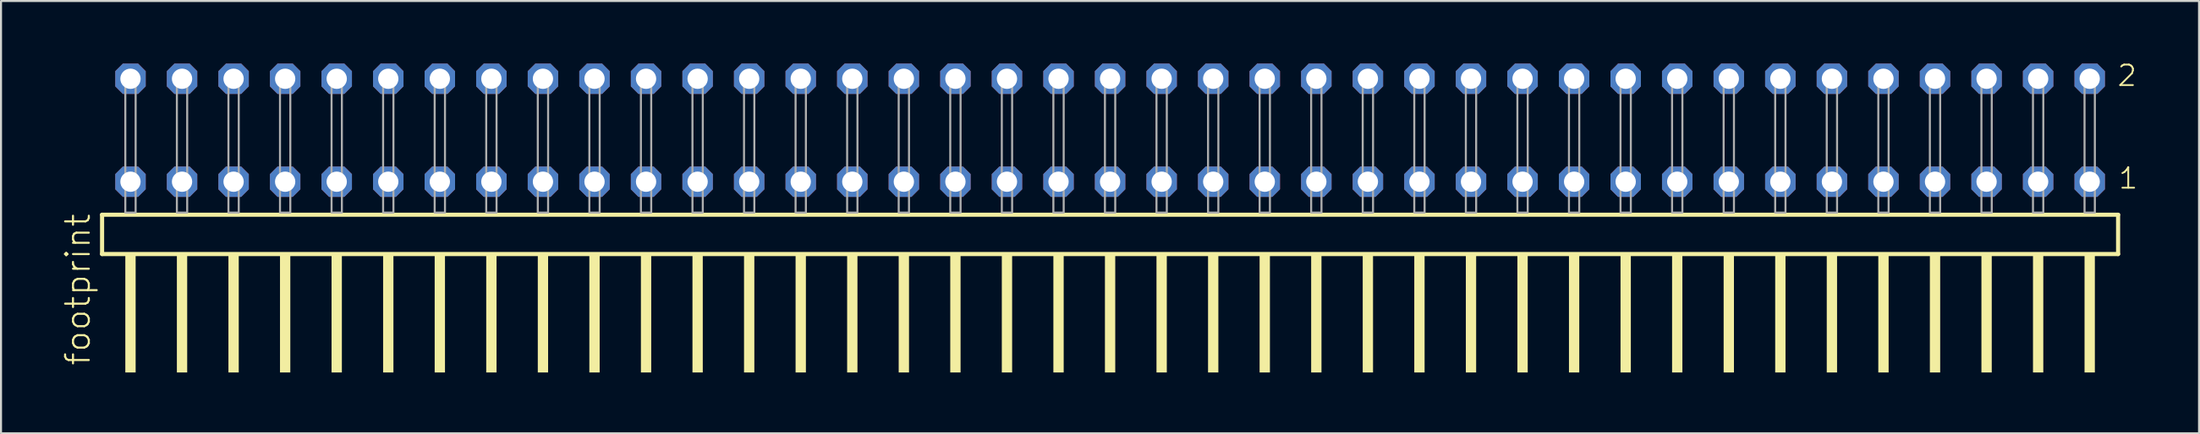
<source format=kicad_pcb>
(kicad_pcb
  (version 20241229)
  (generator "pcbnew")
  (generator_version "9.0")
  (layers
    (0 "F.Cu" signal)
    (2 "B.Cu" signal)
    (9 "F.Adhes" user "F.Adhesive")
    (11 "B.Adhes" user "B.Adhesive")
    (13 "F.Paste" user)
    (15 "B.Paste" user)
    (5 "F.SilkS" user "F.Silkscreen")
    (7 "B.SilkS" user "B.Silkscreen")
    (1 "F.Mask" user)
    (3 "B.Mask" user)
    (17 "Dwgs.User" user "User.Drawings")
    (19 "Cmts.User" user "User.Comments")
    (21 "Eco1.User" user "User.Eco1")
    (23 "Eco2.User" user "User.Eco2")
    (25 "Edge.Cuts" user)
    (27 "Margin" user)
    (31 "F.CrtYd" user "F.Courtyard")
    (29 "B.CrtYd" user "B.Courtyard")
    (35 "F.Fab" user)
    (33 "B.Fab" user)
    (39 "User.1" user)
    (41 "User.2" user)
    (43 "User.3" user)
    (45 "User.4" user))
  (footprint "footprint"
    (layer "F.Cu")
    (at 51.638 7.441)
    (property "Reference" "footprint" (at -50.165 7.62 90) (layer "F.SilkS") (effects (font (size 1.168 1.168) (thickness 0.102)) (justify left bottom)))
    (fp_line (start -49.659 0.106) (end -49.659 2.046) (stroke (width 0.203) (type solid)) (layer "F.SilkS"))
    (fp_line (start -49.659 2.046) (end 49.659 2.046) (stroke (width 0.203) (type solid)) (layer "F.SilkS"))
    (fp_line (start 49.659 0.106) (end -49.659 0.106) (stroke (width 0.203) (type solid)) (layer "F.SilkS"))
    (fp_line (start 49.659 2.046) (end 49.659 0.106) (stroke (width 0.203) (type solid)) (layer "F.SilkS"))
    (fp_poly (pts (xy -48.514 7.89) (xy -48.006 7.89) (xy -48.006 2.04) (xy -48.514 2.04)) (stroke (width 0) (type solid)) (fill yes) (layer "F.SilkS"))
    (fp_poly (pts (xy -45.974 7.89) (xy -45.466 7.89) (xy -45.466 2.04) (xy -45.974 2.04)) (stroke (width 0) (type solid)) (fill yes) (layer "F.SilkS"))
    (fp_poly (pts (xy -43.434 7.89) (xy -42.926 7.89) (xy -42.926 2.04) (xy -43.434 2.04)) (stroke (width 0) (type solid)) (fill yes) (layer "F.SilkS"))
    (fp_poly (pts (xy -40.894 7.89) (xy -40.386 7.89) (xy -40.386 2.04) (xy -40.894 2.04)) (stroke (width 0) (type solid)) (fill yes) (layer "F.SilkS"))
    (fp_poly (pts (xy -38.354 7.89) (xy -37.846 7.89) (xy -37.846 2.04) (xy -38.354 2.04)) (stroke (width 0) (type solid)) (fill yes) (layer "F.SilkS"))
    (fp_poly (pts (xy -35.814 7.89) (xy -35.306 7.89) (xy -35.306 2.04) (xy -35.814 2.04)) (stroke (width 0) (type solid)) (fill yes) (layer "F.SilkS"))
    (fp_poly (pts (xy -33.274 7.89) (xy -32.766 7.89) (xy -32.766 2.04) (xy -33.274 2.04)) (stroke (width 0) (type solid)) (fill yes) (layer "F.SilkS"))
    (fp_poly (pts (xy -30.734 7.89) (xy -30.226 7.89) (xy -30.226 2.04) (xy -30.734 2.04)) (stroke (width 0) (type solid)) (fill yes) (layer "F.SilkS"))
    (fp_poly (pts (xy -28.194 7.89) (xy -27.686 7.89) (xy -27.686 2.04) (xy -28.194 2.04)) (stroke (width 0) (type solid)) (fill yes) (layer "F.SilkS"))
    (fp_poly (pts (xy -25.654 7.89) (xy -25.146 7.89) (xy -25.146 2.04) (xy -25.654 2.04)) (stroke (width 0) (type solid)) (fill yes) (layer "F.SilkS"))
    (fp_poly (pts (xy -23.114 7.89) (xy -22.606 7.89) (xy -22.606 2.04) (xy -23.114 2.04)) (stroke (width 0) (type solid)) (fill yes) (layer "F.SilkS"))
    (fp_poly (pts (xy -20.574 7.89) (xy -20.066 7.89) (xy -20.066 2.04) (xy -20.574 2.04)) (stroke (width 0) (type solid)) (fill yes) (layer "F.SilkS"))
    (fp_poly (pts (xy -18.034 7.89) (xy -17.526 7.89) (xy -17.526 2.04) (xy -18.034 2.04)) (stroke (width 0) (type solid)) (fill yes) (layer "F.SilkS"))
    (fp_poly (pts (xy -15.494 7.89) (xy -14.986 7.89) (xy -14.986 2.04) (xy -15.494 2.04)) (stroke (width 0) (type solid)) (fill yes) (layer "F.SilkS"))
    (fp_poly (pts (xy -12.954 7.89) (xy -12.446 7.89) (xy -12.446 2.04) (xy -12.954 2.04)) (stroke (width 0) (type solid)) (fill yes) (layer "F.SilkS"))
    (fp_poly (pts (xy -10.414 7.89) (xy -9.906 7.89) (xy -9.906 2.04) (xy -10.414 2.04)) (stroke (width 0) (type solid)) (fill yes) (layer "F.SilkS"))
    (fp_poly (pts (xy -7.874 7.89) (xy -7.366 7.89) (xy -7.366 2.04) (xy -7.874 2.04)) (stroke (width 0) (type solid)) (fill yes) (layer "F.SilkS"))
    (fp_poly (pts (xy -5.334 7.89) (xy -4.826 7.89) (xy -4.826 2.04) (xy -5.334 2.04)) (stroke (width 0) (type solid)) (fill yes) (layer "F.SilkS"))
    (fp_poly (pts (xy -2.794 7.89) (xy -2.286 7.89) (xy -2.286 2.04) (xy -2.794 2.04)) (stroke (width 0) (type solid)) (fill yes) (layer "F.SilkS"))
    (fp_poly (pts (xy -0.254 7.89) (xy 0.254 7.89) (xy 0.254 2.04) (xy -0.254 2.04)) (stroke (width 0) (type solid)) (fill yes) (layer "F.SilkS"))
    (fp_poly (pts (xy 2.286 7.89) (xy 2.794 7.89) (xy 2.794 2.04) (xy 2.286 2.04)) (stroke (width 0) (type solid)) (fill yes) (layer "F.SilkS"))
    (fp_poly (pts (xy 4.826 7.89) (xy 5.334 7.89) (xy 5.334 2.04) (xy 4.826 2.04)) (stroke (width 0) (type solid)) (fill yes) (layer "F.SilkS"))
    (fp_poly (pts (xy 7.366 7.89) (xy 7.874 7.89) (xy 7.874 2.04) (xy 7.366 2.04)) (stroke (width 0) (type solid)) (fill yes) (layer "F.SilkS"))
    (fp_poly (pts (xy 9.906 7.89) (xy 10.414 7.89) (xy 10.414 2.04) (xy 9.906 2.04)) (stroke (width 0) (type solid)) (fill yes) (layer "F.SilkS"))
    (fp_poly (pts (xy 12.446 7.89) (xy 12.954 7.89) (xy 12.954 2.04) (xy 12.446 2.04)) (stroke (width 0) (type solid)) (fill yes) (layer "F.SilkS"))
    (fp_poly (pts (xy 14.986 7.89) (xy 15.494 7.89) (xy 15.494 2.04) (xy 14.986 2.04)) (stroke (width 0) (type solid)) (fill yes) (layer "F.SilkS"))
    (fp_poly (pts (xy 17.526 7.89) (xy 18.034 7.89) (xy 18.034 2.04) (xy 17.526 2.04)) (stroke (width 0) (type solid)) (fill yes) (layer "F.SilkS"))
    (fp_poly (pts (xy 20.066 7.89) (xy 20.574 7.89) (xy 20.574 2.04) (xy 20.066 2.04)) (stroke (width 0) (type solid)) (fill yes) (layer "F.SilkS"))
    (fp_poly (pts (xy 22.606 7.89) (xy 23.114 7.89) (xy 23.114 2.04) (xy 22.606 2.04)) (stroke (width 0) (type solid)) (fill yes) (layer "F.SilkS"))
    (fp_poly (pts (xy 25.146 7.89) (xy 25.654 7.89) (xy 25.654 2.04) (xy 25.146 2.04)) (stroke (width 0) (type solid)) (fill yes) (layer "F.SilkS"))
    (fp_poly (pts (xy 27.686 7.89) (xy 28.194 7.89) (xy 28.194 2.04) (xy 27.686 2.04)) (stroke (width 0) (type solid)) (fill yes) (layer "F.SilkS"))
    (fp_poly (pts (xy 30.226 7.89) (xy 30.734 7.89) (xy 30.734 2.04) (xy 30.226 2.04)) (stroke (width 0) (type solid)) (fill yes) (layer "F.SilkS"))
    (fp_poly (pts (xy 32.766 7.89) (xy 33.274 7.89) (xy 33.274 2.04) (xy 32.766 2.04)) (stroke (width 0) (type solid)) (fill yes) (layer "F.SilkS"))
    (fp_poly (pts (xy 35.306 7.89) (xy 35.814 7.89) (xy 35.814 2.04) (xy 35.306 2.04)) (stroke (width 0) (type solid)) (fill yes) (layer "F.SilkS"))
    (fp_poly (pts (xy 37.846 7.89) (xy 38.354 7.89) (xy 38.354 2.04) (xy 37.846 2.04)) (stroke (width 0) (type solid)) (fill yes) (layer "F.SilkS"))
    (fp_poly (pts (xy 40.386 7.89) (xy 40.894 7.89) (xy 40.894 2.04) (xy 40.386 2.04)) (stroke (width 0) (type solid)) (fill yes) (layer "F.SilkS"))
    (fp_poly (pts (xy 42.926 7.89) (xy 43.434 7.89) (xy 43.434 2.04) (xy 42.926 2.04)) (stroke (width 0) (type solid)) (fill yes) (layer "F.SilkS"))
    (fp_poly (pts (xy 45.466 7.89) (xy 45.974 7.89) (xy 45.974 2.04) (xy 45.466 2.04)) (stroke (width 0) (type solid)) (fill yes) (layer "F.SilkS"))
    (fp_poly (pts (xy 48.006 7.89) (xy 48.514 7.89) (xy 48.514 2.04) (xy 48.006 2.04)) (stroke (width 0) (type solid)) (fill yes) (layer "F.SilkS"))
    (fp_poly (pts (xy -48.514 0) (xy -48.006 0) (xy -48.006 -6.858) (xy -48.514 -6.858)) (stroke (width 0.1) (type solid)) (fill no) (layer "F.Fab"))
    (fp_poly (pts (xy -45.974 0) (xy -45.466 0) (xy -45.466 -6.858) (xy -45.974 -6.858)) (stroke (width 0.1) (type solid)) (fill no) (layer "F.Fab"))
    (fp_poly (pts (xy -43.434 0) (xy -42.926 0) (xy -42.926 -6.858) (xy -43.434 -6.858)) (stroke (width 0.1) (type solid)) (fill no) (layer "F.Fab"))
    (fp_poly (pts (xy -40.894 0) (xy -40.386 0) (xy -40.386 -6.858) (xy -40.894 -6.858)) (stroke (width 0.1) (type solid)) (fill no) (layer "F.Fab"))
    (fp_poly (pts (xy -38.354 0) (xy -37.846 0) (xy -37.846 -6.858) (xy -38.354 -6.858)) (stroke (width 0.1) (type solid)) (fill no) (layer "F.Fab"))
    (fp_poly (pts (xy -35.814 0) (xy -35.306 0) (xy -35.306 -6.858) (xy -35.814 -6.858)) (stroke (width 0.1) (type solid)) (fill no) (layer "F.Fab"))
    (fp_poly (pts (xy -33.274 0) (xy -32.766 0) (xy -32.766 -6.858) (xy -33.274 -6.858)) (stroke (width 0.1) (type solid)) (fill no) (layer "F.Fab"))
    (fp_poly (pts (xy -30.734 0) (xy -30.226 0) (xy -30.226 -6.858) (xy -30.734 -6.858)) (stroke (width 0.1) (type solid)) (fill no) (layer "F.Fab"))
    (fp_poly (pts (xy -28.194 0) (xy -27.686 0) (xy -27.686 -6.858) (xy -28.194 -6.858)) (stroke (width 0.1) (type solid)) (fill no) (layer "F.Fab"))
    (fp_poly (pts (xy -25.654 0) (xy -25.146 0) (xy -25.146 -6.858) (xy -25.654 -6.858)) (stroke (width 0.1) (type solid)) (fill no) (layer "F.Fab"))
    (fp_poly (pts (xy -23.114 0) (xy -22.606 0) (xy -22.606 -6.858) (xy -23.114 -6.858)) (stroke (width 0.1) (type solid)) (fill no) (layer "F.Fab"))
    (fp_poly (pts (xy -20.574 0) (xy -20.066 0) (xy -20.066 -6.858) (xy -20.574 -6.858)) (stroke (width 0.1) (type solid)) (fill no) (layer "F.Fab"))
    (fp_poly (pts (xy -18.034 0) (xy -17.526 0) (xy -17.526 -6.858) (xy -18.034 -6.858)) (stroke (width 0.1) (type solid)) (fill no) (layer "F.Fab"))
    (fp_poly (pts (xy -15.494 0) (xy -14.986 0) (xy -14.986 -6.858) (xy -15.494 -6.858)) (stroke (width 0.1) (type solid)) (fill no) (layer "F.Fab"))
    (fp_poly (pts (xy -12.954 0) (xy -12.446 0) (xy -12.446 -6.858) (xy -12.954 -6.858)) (stroke (width 0.1) (type solid)) (fill no) (layer "F.Fab"))
    (fp_poly (pts (xy -10.414 0) (xy -9.906 0) (xy -9.906 -6.858) (xy -10.414 -6.858)) (stroke (width 0.1) (type solid)) (fill no) (layer "F.Fab"))
    (fp_poly (pts (xy -7.874 0) (xy -7.366 0) (xy -7.366 -6.858) (xy -7.874 -6.858)) (stroke (width 0.1) (type solid)) (fill no) (layer "F.Fab"))
    (fp_poly (pts (xy -5.334 0) (xy -4.826 0) (xy -4.826 -6.858) (xy -5.334 -6.858)) (stroke (width 0.1) (type solid)) (fill no) (layer "F.Fab"))
    (fp_poly (pts (xy -2.794 0) (xy -2.286 0) (xy -2.286 -6.858) (xy -2.794 -6.858)) (stroke (width 0.1) (type solid)) (fill no) (layer "F.Fab"))
    (fp_poly (pts (xy -0.254 0) (xy 0.254 0) (xy 0.254 -6.858) (xy -0.254 -6.858)) (stroke (width 0.1) (type solid)) (fill no) (layer "F.Fab"))
    (fp_poly (pts (xy 2.286 0) (xy 2.794 0) (xy 2.794 -6.858) (xy 2.286 -6.858)) (stroke (width 0.1) (type solid)) (fill no) (layer "F.Fab"))
    (fp_poly (pts (xy 4.826 0) (xy 5.334 0) (xy 5.334 -6.858) (xy 4.826 -6.858)) (stroke (width 0.1) (type solid)) (fill no) (layer "F.Fab"))
    (fp_poly (pts (xy 7.366 0) (xy 7.874 0) (xy 7.874 -6.858) (xy 7.366 -6.858)) (stroke (width 0.1) (type solid)) (fill no) (layer "F.Fab"))
    (fp_poly (pts (xy 9.906 0) (xy 10.414 0) (xy 10.414 -6.858) (xy 9.906 -6.858)) (stroke (width 0.1) (type solid)) (fill no) (layer "F.Fab"))
    (fp_poly (pts (xy 12.446 0) (xy 12.954 0) (xy 12.954 -6.858) (xy 12.446 -6.858)) (stroke (width 0.1) (type solid)) (fill no) (layer "F.Fab"))
    (fp_poly (pts (xy 14.986 0) (xy 15.494 0) (xy 15.494 -6.858) (xy 14.986 -6.858)) (stroke (width 0.1) (type solid)) (fill no) (layer "F.Fab"))
    (fp_poly (pts (xy 17.526 0) (xy 18.034 0) (xy 18.034 -6.858) (xy 17.526 -6.858)) (stroke (width 0.1) (type solid)) (fill no) (layer "F.Fab"))
    (fp_poly (pts (xy 20.066 0) (xy 20.574 0) (xy 20.574 -6.858) (xy 20.066 -6.858)) (stroke (width 0.1) (type solid)) (fill no) (layer "F.Fab"))
    (fp_poly (pts (xy 22.606 0) (xy 23.114 0) (xy 23.114 -6.858) (xy 22.606 -6.858)) (stroke (width 0.1) (type solid)) (fill no) (layer "F.Fab"))
    (fp_poly (pts (xy 25.146 0) (xy 25.654 0) (xy 25.654 -6.858) (xy 25.146 -6.858)) (stroke (width 0.1) (type solid)) (fill no) (layer "F.Fab"))
    (fp_poly (pts (xy 27.686 0) (xy 28.194 0) (xy 28.194 -6.858) (xy 27.686 -6.858)) (stroke (width 0.1) (type solid)) (fill no) (layer "F.Fab"))
    (fp_poly (pts (xy 30.226 0) (xy 30.734 0) (xy 30.734 -6.858) (xy 30.226 -6.858)) (stroke (width 0.1) (type solid)) (fill no) (layer "F.Fab"))
    (fp_poly (pts (xy 32.766 0) (xy 33.274 0) (xy 33.274 -6.858) (xy 32.766 -6.858)) (stroke (width 0.1) (type solid)) (fill no) (layer "F.Fab"))
    (fp_poly (pts (xy 35.306 0) (xy 35.814 0) (xy 35.814 -6.858) (xy 35.306 -6.858)) (stroke (width 0.1) (type solid)) (fill no) (layer "F.Fab"))
    (fp_poly (pts (xy 37.846 0) (xy 38.354 0) (xy 38.354 -6.858) (xy 37.846 -6.858)) (stroke (width 0.1) (type solid)) (fill no) (layer "F.Fab"))
    (fp_poly (pts (xy 40.386 0) (xy 40.894 0) (xy 40.894 -6.858) (xy 40.386 -6.858)) (stroke (width 0.1) (type solid)) (fill no) (layer "F.Fab"))
    (fp_poly (pts (xy 42.926 0) (xy 43.434 0) (xy 43.434 -6.858) (xy 42.926 -6.858)) (stroke (width 0.1) (type solid)) (fill no) (layer "F.Fab"))
    (fp_poly (pts (xy 45.466 0) (xy 45.974 0) (xy 45.974 -6.858) (xy 45.466 -6.858)) (stroke (width 0.1) (type solid)) (fill no) (layer "F.Fab"))
    (fp_poly (pts (xy 48.006 0) (xy 48.514 0) (xy 48.514 -6.858) (xy 48.006 -6.858)) (stroke (width 0.1) (type solid)) (fill no) (layer "F.Fab"))
    (fp_text user "2" (at 49.56 -6.165 0) (layer "F.SilkS") (effects (font (size 1.012 1.012) (thickness 0.088)) (justify left bottom)))
    (fp_text user "1" (at 49.62 -1.1 0) (layer "F.SilkS") (effects (font (size 1.012 1.012) (thickness 0.088)) (justify left bottom)))
    (pad "1" thru_hole roundrect (at 48.26 -1.524 180) (size 1.5 1.5) (drill 1) (layers "*.Cu" "*.Mask") (roundrect_rratio 0.25) (chamfer_ratio 0.25) (chamfer top_left top_right bottom_left bottom_right))
    (pad "2" thru_hole roundrect (at 48.26 -6.604 180) (size 1.5 1.5) (drill 1) (layers "*.Cu" "*.Mask") (roundrect_rratio 0.25) (chamfer_ratio 0.25) (chamfer top_left top_right bottom_left bottom_right))
    (pad "3" thru_hole roundrect (at 45.72 -1.524 180) (size 1.5 1.5) (drill 1) (layers "*.Cu" "*.Mask") (roundrect_rratio 0.25) (chamfer_ratio 0.25) (chamfer top_left top_right bottom_left bottom_right))
    (pad "4" thru_hole roundrect (at 45.72 -6.604 180) (size 1.5 1.5) (drill 1) (layers "*.Cu" "*.Mask") (roundrect_rratio 0.25) (chamfer_ratio 0.25) (chamfer top_left top_right bottom_left bottom_right))
    (pad "5" thru_hole roundrect (at 43.18 -1.524 180) (size 1.5 1.5) (drill 1) (layers "*.Cu" "*.Mask") (roundrect_rratio 0.25) (chamfer_ratio 0.25) (chamfer top_left top_right bottom_left bottom_right))
    (pad "6" thru_hole roundrect (at 43.18 -6.604 180) (size 1.5 1.5) (drill 1) (layers "*.Cu" "*.Mask") (roundrect_rratio 0.25) (chamfer_ratio 0.25) (chamfer top_left top_right bottom_left bottom_right))
    (pad "7" thru_hole roundrect (at 40.64 -1.524 180) (size 1.5 1.5) (drill 1) (layers "*.Cu" "*.Mask") (roundrect_rratio 0.25) (chamfer_ratio 0.25) (chamfer top_left top_right bottom_left bottom_right))
    (pad "8" thru_hole roundrect (at 40.64 -6.604 180) (size 1.5 1.5) (drill 1) (layers "*.Cu" "*.Mask") (roundrect_rratio 0.25) (chamfer_ratio 0.25) (chamfer top_left top_right bottom_left bottom_right))
    (pad "9" thru_hole roundrect (at 38.1 -1.524 180) (size 1.5 1.5) (drill 1) (layers "*.Cu" "*.Mask") (roundrect_rratio 0.25) (chamfer_ratio 0.25) (chamfer top_left top_right bottom_left bottom_right))
    (pad "10" thru_hole roundrect (at 38.1 -6.604 180) (size 1.5 1.5) (drill 1) (layers "*.Cu" "*.Mask") (roundrect_rratio 0.25) (chamfer_ratio 0.25) (chamfer top_left top_right bottom_left bottom_right))
    (pad "11" thru_hole roundrect (at 35.56 -1.524 180) (size 1.5 1.5) (drill 1) (layers "*.Cu" "*.Mask") (roundrect_rratio 0.25) (chamfer_ratio 0.25) (chamfer top_left top_right bottom_left bottom_right))
    (pad "12" thru_hole roundrect (at 35.56 -6.604 180) (size 1.5 1.5) (drill 1) (layers "*.Cu" "*.Mask") (roundrect_rratio 0.25) (chamfer_ratio 0.25) (chamfer top_left top_right bottom_left bottom_right))
    (pad "13" thru_hole roundrect (at 33.02 -1.524 180) (size 1.5 1.5) (drill 1) (layers "*.Cu" "*.Mask") (roundrect_rratio 0.25) (chamfer_ratio 0.25) (chamfer top_left top_right bottom_left bottom_right))
    (pad "14" thru_hole roundrect (at 33.02 -6.604 180) (size 1.5 1.5) (drill 1) (layers "*.Cu" "*.Mask") (roundrect_rratio 0.25) (chamfer_ratio 0.25) (chamfer top_left top_right bottom_left bottom_right))
    (pad "15" thru_hole roundrect (at 30.48 -1.524 180) (size 1.5 1.5) (drill 1) (layers "*.Cu" "*.Mask") (roundrect_rratio 0.25) (chamfer_ratio 0.25) (chamfer top_left top_right bottom_left bottom_right))
    (pad "16" thru_hole roundrect (at 30.48 -6.604 180) (size 1.5 1.5) (drill 1) (layers "*.Cu" "*.Mask") (roundrect_rratio 0.25) (chamfer_ratio 0.25) (chamfer top_left top_right bottom_left bottom_right))
    (pad "17" thru_hole roundrect (at 27.94 -1.524 180) (size 1.5 1.5) (drill 1) (layers "*.Cu" "*.Mask") (roundrect_rratio 0.25) (chamfer_ratio 0.25) (chamfer top_left top_right bottom_left bottom_right))
    (pad "18" thru_hole roundrect (at 27.94 -6.604 180) (size 1.5 1.5) (drill 1) (layers "*.Cu" "*.Mask") (roundrect_rratio 0.25) (chamfer_ratio 0.25) (chamfer top_left top_right bottom_left bottom_right))
    (pad "19" thru_hole roundrect (at 25.4 -1.524 180) (size 1.5 1.5) (drill 1) (layers "*.Cu" "*.Mask") (roundrect_rratio 0.25) (chamfer_ratio 0.25) (chamfer top_left top_right bottom_left bottom_right))
    (pad "20" thru_hole roundrect (at 25.4 -6.604 180) (size 1.5 1.5) (drill 1) (layers "*.Cu" "*.Mask") (roundrect_rratio 0.25) (chamfer_ratio 0.25) (chamfer top_left top_right bottom_left bottom_right))
    (pad "21" thru_hole roundrect (at 22.86 -1.524 180) (size 1.5 1.5) (drill 1) (layers "*.Cu" "*.Mask") (roundrect_rratio 0.25) (chamfer_ratio 0.25) (chamfer top_left top_right bottom_left bottom_right))
    (pad "22" thru_hole roundrect (at 22.86 -6.604 180) (size 1.5 1.5) (drill 1) (layers "*.Cu" "*.Mask") (roundrect_rratio 0.25) (chamfer_ratio 0.25) (chamfer top_left top_right bottom_left bottom_right))
    (pad "23" thru_hole roundrect (at 20.32 -1.524 180) (size 1.5 1.5) (drill 1) (layers "*.Cu" "*.Mask") (roundrect_rratio 0.25) (chamfer_ratio 0.25) (chamfer top_left top_right bottom_left bottom_right))
    (pad "24" thru_hole roundrect (at 20.32 -6.604 180) (size 1.5 1.5) (drill 1) (layers "*.Cu" "*.Mask") (roundrect_rratio 0.25) (chamfer_ratio 0.25) (chamfer top_left top_right bottom_left bottom_right))
    (pad "25" thru_hole roundrect (at 17.78 -1.524 180) (size 1.5 1.5) (drill 1) (layers "*.Cu" "*.Mask") (roundrect_rratio 0.25) (chamfer_ratio 0.25) (chamfer top_left top_right bottom_left bottom_right))
    (pad "26" thru_hole roundrect (at 17.78 -6.604 180) (size 1.5 1.5) (drill 1) (layers "*.Cu" "*.Mask") (roundrect_rratio 0.25) (chamfer_ratio 0.25) (chamfer top_left top_right bottom_left bottom_right))
    (pad "27" thru_hole roundrect (at 15.24 -1.524 180) (size 1.5 1.5) (drill 1) (layers "*.Cu" "*.Mask") (roundrect_rratio 0.25) (chamfer_ratio 0.25) (chamfer top_left top_right bottom_left bottom_right))
    (pad "28" thru_hole roundrect (at 15.24 -6.604 180) (size 1.5 1.5) (drill 1) (layers "*.Cu" "*.Mask") (roundrect_rratio 0.25) (chamfer_ratio 0.25) (chamfer top_left top_right bottom_left bottom_right))
    (pad "29" thru_hole roundrect (at 12.7 -1.524 180) (size 1.5 1.5) (drill 1) (layers "*.Cu" "*.Mask") (roundrect_rratio 0.25) (chamfer_ratio 0.25) (chamfer top_left top_right bottom_left bottom_right))
    (pad "30" thru_hole roundrect (at 12.7 -6.604 180) (size 1.5 1.5) (drill 1) (layers "*.Cu" "*.Mask") (roundrect_rratio 0.25) (chamfer_ratio 0.25) (chamfer top_left top_right bottom_left bottom_right))
    (pad "31" thru_hole roundrect (at 10.16 -1.524 180) (size 1.5 1.5) (drill 1) (layers "*.Cu" "*.Mask") (roundrect_rratio 0.25) (chamfer_ratio 0.25) (chamfer top_left top_right bottom_left bottom_right))
    (pad "32" thru_hole roundrect (at 10.16 -6.604 180) (size 1.5 1.5) (drill 1) (layers "*.Cu" "*.Mask") (roundrect_rratio 0.25) (chamfer_ratio 0.25) (chamfer top_left top_right bottom_left bottom_right))
    (pad "33" thru_hole roundrect (at 7.62 -1.524 180) (size 1.5 1.5) (drill 1) (layers "*.Cu" "*.Mask") (roundrect_rratio 0.25) (chamfer_ratio 0.25) (chamfer top_left top_right bottom_left bottom_right))
    (pad "34" thru_hole roundrect (at 7.62 -6.604 180) (size 1.5 1.5) (drill 1) (layers "*.Cu" "*.Mask") (roundrect_rratio 0.25) (chamfer_ratio 0.25) (chamfer top_left top_right bottom_left bottom_right))
    (pad "35" thru_hole roundrect (at 5.08 -1.524 180) (size 1.5 1.5) (drill 1) (layers "*.Cu" "*.Mask") (roundrect_rratio 0.25) (chamfer_ratio 0.25) (chamfer top_left top_right bottom_left bottom_right))
    (pad "36" thru_hole roundrect (at 5.08 -6.604 180) (size 1.5 1.5) (drill 1) (layers "*.Cu" "*.Mask") (roundrect_rratio 0.25) (chamfer_ratio 0.25) (chamfer top_left top_right bottom_left bottom_right))
    (pad "37" thru_hole roundrect (at 2.54 -1.524 180) (size 1.5 1.5) (drill 1) (layers "*.Cu" "*.Mask") (roundrect_rratio 0.25) (chamfer_ratio 0.25) (chamfer top_left top_right bottom_left bottom_right))
    (pad "38" thru_hole roundrect (at 2.54 -6.604 180) (size 1.5 1.5) (drill 1) (layers "*.Cu" "*.Mask") (roundrect_rratio 0.25) (chamfer_ratio 0.25) (chamfer top_left top_right bottom_left bottom_right))
    (pad "39" thru_hole roundrect (at 0 -1.524 180) (size 1.5 1.5) (drill 1) (layers "*.Cu" "*.Mask") (roundrect_rratio 0.25) (chamfer_ratio 0.25) (chamfer top_left top_right bottom_left bottom_right))
    (pad "40" thru_hole roundrect (at 0 -6.604 180) (size 1.5 1.5) (drill 1) (layers "*.Cu" "*.Mask") (roundrect_rratio 0.25) (chamfer_ratio 0.25) (chamfer top_left top_right bottom_left bottom_right))
    (pad "41" thru_hole roundrect (at -2.54 -1.524 180) (size 1.5 1.5) (drill 1) (layers "*.Cu" "*.Mask") (roundrect_rratio 0.25) (chamfer_ratio 0.25) (chamfer top_left top_right bottom_left bottom_right))
    (pad "42" thru_hole roundrect (at -2.54 -6.604 180) (size 1.5 1.5) (drill 1) (layers "*.Cu" "*.Mask") (roundrect_rratio 0.25) (chamfer_ratio 0.25) (chamfer top_left top_right bottom_left bottom_right))
    (pad "43" thru_hole roundrect (at -5.08 -1.524 180) (size 1.5 1.5) (drill 1) (layers "*.Cu" "*.Mask") (roundrect_rratio 0.25) (chamfer_ratio 0.25) (chamfer top_left top_right bottom_left bottom_right))
    (pad "44" thru_hole roundrect (at -5.08 -6.604 180) (size 1.5 1.5) (drill 1) (layers "*.Cu" "*.Mask") (roundrect_rratio 0.25) (chamfer_ratio 0.25) (chamfer top_left top_right bottom_left bottom_right))
    (pad "45" thru_hole roundrect (at -7.62 -1.524 180) (size 1.5 1.5) (drill 1) (layers "*.Cu" "*.Mask") (roundrect_rratio 0.25) (chamfer_ratio 0.25) (chamfer top_left top_right bottom_left bottom_right))
    (pad "46" thru_hole roundrect (at -7.62 -6.604 180) (size 1.5 1.5) (drill 1) (layers "*.Cu" "*.Mask") (roundrect_rratio 0.25) (chamfer_ratio 0.25) (chamfer top_left top_right bottom_left bottom_right))
    (pad "47" thru_hole roundrect (at -10.16 -1.524 180) (size 1.5 1.5) (drill 1) (layers "*.Cu" "*.Mask") (roundrect_rratio 0.25) (chamfer_ratio 0.25) (chamfer top_left top_right bottom_left bottom_right))
    (pad "48" thru_hole roundrect (at -10.16 -6.604 180) (size 1.5 1.5) (drill 1) (layers "*.Cu" "*.Mask") (roundrect_rratio 0.25) (chamfer_ratio 0.25) (chamfer top_left top_right bottom_left bottom_right))
    (pad "49" thru_hole roundrect (at -12.7 -1.524 180) (size 1.5 1.5) (drill 1) (layers "*.Cu" "*.Mask") (roundrect_rratio 0.25) (chamfer_ratio 0.25) (chamfer top_left top_right bottom_left bottom_right))
    (pad "50" thru_hole roundrect (at -12.7 -6.604 180) (size 1.5 1.5) (drill 1) (layers "*.Cu" "*.Mask") (roundrect_rratio 0.25) (chamfer_ratio 0.25) (chamfer top_left top_right bottom_left bottom_right))
    (pad "51" thru_hole roundrect (at -15.24 -1.524 180) (size 1.5 1.5) (drill 1) (layers "*.Cu" "*.Mask") (roundrect_rratio 0.25) (chamfer_ratio 0.25) (chamfer top_left top_right bottom_left bottom_right))
    (pad "52" thru_hole roundrect (at -15.24 -6.604 180) (size 1.5 1.5) (drill 1) (layers "*.Cu" "*.Mask") (roundrect_rratio 0.25) (chamfer_ratio 0.25) (chamfer top_left top_right bottom_left bottom_right))
    (pad "53" thru_hole roundrect (at -17.78 -1.524 180) (size 1.5 1.5) (drill 1) (layers "*.Cu" "*.Mask") (roundrect_rratio 0.25) (chamfer_ratio 0.25) (chamfer top_left top_right bottom_left bottom_right))
    (pad "54" thru_hole roundrect (at -17.78 -6.604 180) (size 1.5 1.5) (drill 1) (layers "*.Cu" "*.Mask") (roundrect_rratio 0.25) (chamfer_ratio 0.25) (chamfer top_left top_right bottom_left bottom_right))
    (pad "55" thru_hole roundrect (at -20.32 -1.524 180) (size 1.5 1.5) (drill 1) (layers "*.Cu" "*.Mask") (roundrect_rratio 0.25) (chamfer_ratio 0.25) (chamfer top_left top_right bottom_left bottom_right))
    (pad "56" thru_hole roundrect (at -20.32 -6.604 180) (size 1.5 1.5) (drill 1) (layers "*.Cu" "*.Mask") (roundrect_rratio 0.25) (chamfer_ratio 0.25) (chamfer top_left top_right bottom_left bottom_right))
    (pad "57" thru_hole roundrect (at -22.86 -1.524 180) (size 1.5 1.5) (drill 1) (layers "*.Cu" "*.Mask") (roundrect_rratio 0.25) (chamfer_ratio 0.25) (chamfer top_left top_right bottom_left bottom_right))
    (pad "58" thru_hole roundrect (at -22.86 -6.604 180) (size 1.5 1.5) (drill 1) (layers "*.Cu" "*.Mask") (roundrect_rratio 0.25) (chamfer_ratio 0.25) (chamfer top_left top_right bottom_left bottom_right))
    (pad "59" thru_hole roundrect (at -25.4 -1.524 180) (size 1.5 1.5) (drill 1) (layers "*.Cu" "*.Mask") (roundrect_rratio 0.25) (chamfer_ratio 0.25) (chamfer top_left top_right bottom_left bottom_right))
    (pad "60" thru_hole roundrect (at -25.4 -6.604 180) (size 1.5 1.5) (drill 1) (layers "*.Cu" "*.Mask") (roundrect_rratio 0.25) (chamfer_ratio 0.25) (chamfer top_left top_right bottom_left bottom_right))
    (pad "61" thru_hole roundrect (at -27.94 -1.524 180) (size 1.5 1.5) (drill 1) (layers "*.Cu" "*.Mask") (roundrect_rratio 0.25) (chamfer_ratio 0.25) (chamfer top_left top_right bottom_left bottom_right))
    (pad "62" thru_hole roundrect (at -27.94 -6.604 180) (size 1.5 1.5) (drill 1) (layers "*.Cu" "*.Mask") (roundrect_rratio 0.25) (chamfer_ratio 0.25) (chamfer top_left top_right bottom_left bottom_right))
    (pad "63" thru_hole roundrect (at -30.48 -1.524 180) (size 1.5 1.5) (drill 1) (layers "*.Cu" "*.Mask") (roundrect_rratio 0.25) (chamfer_ratio 0.25) (chamfer top_left top_right bottom_left bottom_right))
    (pad "64" thru_hole roundrect (at -30.48 -6.604 180) (size 1.5 1.5) (drill 1) (layers "*.Cu" "*.Mask") (roundrect_rratio 0.25) (chamfer_ratio 0.25) (chamfer top_left top_right bottom_left bottom_right))
    (pad "65" thru_hole roundrect (at -33.02 -1.524 180) (size 1.5 1.5) (drill 1) (layers "*.Cu" "*.Mask") (roundrect_rratio 0.25) (chamfer_ratio 0.25) (chamfer top_left top_right bottom_left bottom_right))
    (pad "66" thru_hole roundrect (at -33.02 -6.604 180) (size 1.5 1.5) (drill 1) (layers "*.Cu" "*.Mask") (roundrect_rratio 0.25) (chamfer_ratio 0.25) (chamfer top_left top_right bottom_left bottom_right))
    (pad "67" thru_hole roundrect (at -35.56 -1.524 180) (size 1.5 1.5) (drill 1) (layers "*.Cu" "*.Mask") (roundrect_rratio 0.25) (chamfer_ratio 0.25) (chamfer top_left top_right bottom_left bottom_right))
    (pad "68" thru_hole roundrect (at -35.56 -6.604 180) (size 1.5 1.5) (drill 1) (layers "*.Cu" "*.Mask") (roundrect_rratio 0.25) (chamfer_ratio 0.25) (chamfer top_left top_right bottom_left bottom_right))
    (pad "69" thru_hole roundrect (at -38.1 -1.524 180) (size 1.5 1.5) (drill 1) (layers "*.Cu" "*.Mask") (roundrect_rratio 0.25) (chamfer_ratio 0.25) (chamfer top_left top_right bottom_left bottom_right))
    (pad "70" thru_hole roundrect (at -38.1 -6.604 180) (size 1.5 1.5) (drill 1) (layers "*.Cu" "*.Mask") (roundrect_rratio 0.25) (chamfer_ratio 0.25) (chamfer top_left top_right bottom_left bottom_right))
    (pad "71" thru_hole roundrect (at -40.64 -1.524 180) (size 1.5 1.5) (drill 1) (layers "*.Cu" "*.Mask") (roundrect_rratio 0.25) (chamfer_ratio 0.25) (chamfer top_left top_right bottom_left bottom_right))
    (pad "72" thru_hole roundrect (at -40.64 -6.604 180) (size 1.5 1.5) (drill 1) (layers "*.Cu" "*.Mask") (roundrect_rratio 0.25) (chamfer_ratio 0.25) (chamfer top_left top_right bottom_left bottom_right))
    (pad "73" thru_hole roundrect (at -43.18 -1.524 180) (size 1.5 1.5) (drill 1) (layers "*.Cu" "*.Mask") (roundrect_rratio 0.25) (chamfer_ratio 0.25) (chamfer top_left top_right bottom_left bottom_right))
    (pad "74" thru_hole roundrect (at -43.18 -6.604 180) (size 1.5 1.5) (drill 1) (layers "*.Cu" "*.Mask") (roundrect_rratio 0.25) (chamfer_ratio 0.25) (chamfer top_left top_right bottom_left bottom_right))
    (pad "75" thru_hole roundrect (at -45.72 -1.524 180) (size 1.5 1.5) (drill 1) (layers "*.Cu" "*.Mask") (roundrect_rratio 0.25) (chamfer_ratio 0.25) (chamfer top_left top_right bottom_left bottom_right))
    (pad "76" thru_hole roundrect (at -45.72 -6.604 180) (size 1.5 1.5) (drill 1) (layers "*.Cu" "*.Mask") (roundrect_rratio 0.25) (chamfer_ratio 0.25) (chamfer top_left top_right bottom_left bottom_right))
    (pad "77" thru_hole roundrect (at -48.26 -1.524 180) (size 1.5 1.5) (drill 1) (layers "*.Cu" "*.Mask") (roundrect_rratio 0.25) (chamfer_ratio 0.25) (chamfer top_left top_right bottom_left bottom_right))
    (pad "78" thru_hole roundrect (at -48.26 -6.604 180) (size 1.5 1.5) (drill 1) (layers "*.Cu" "*.Mask") (roundrect_rratio 0.25) (chamfer_ratio 0.25) (chamfer top_left top_right bottom_left bottom_right)))
  (gr_rect
    (start -3 -3)
    (end 105.284 18.331)
    (stroke (width 0.1) (type default))
    (fill no)
    (layer "Edge.Cuts")))
</source>
